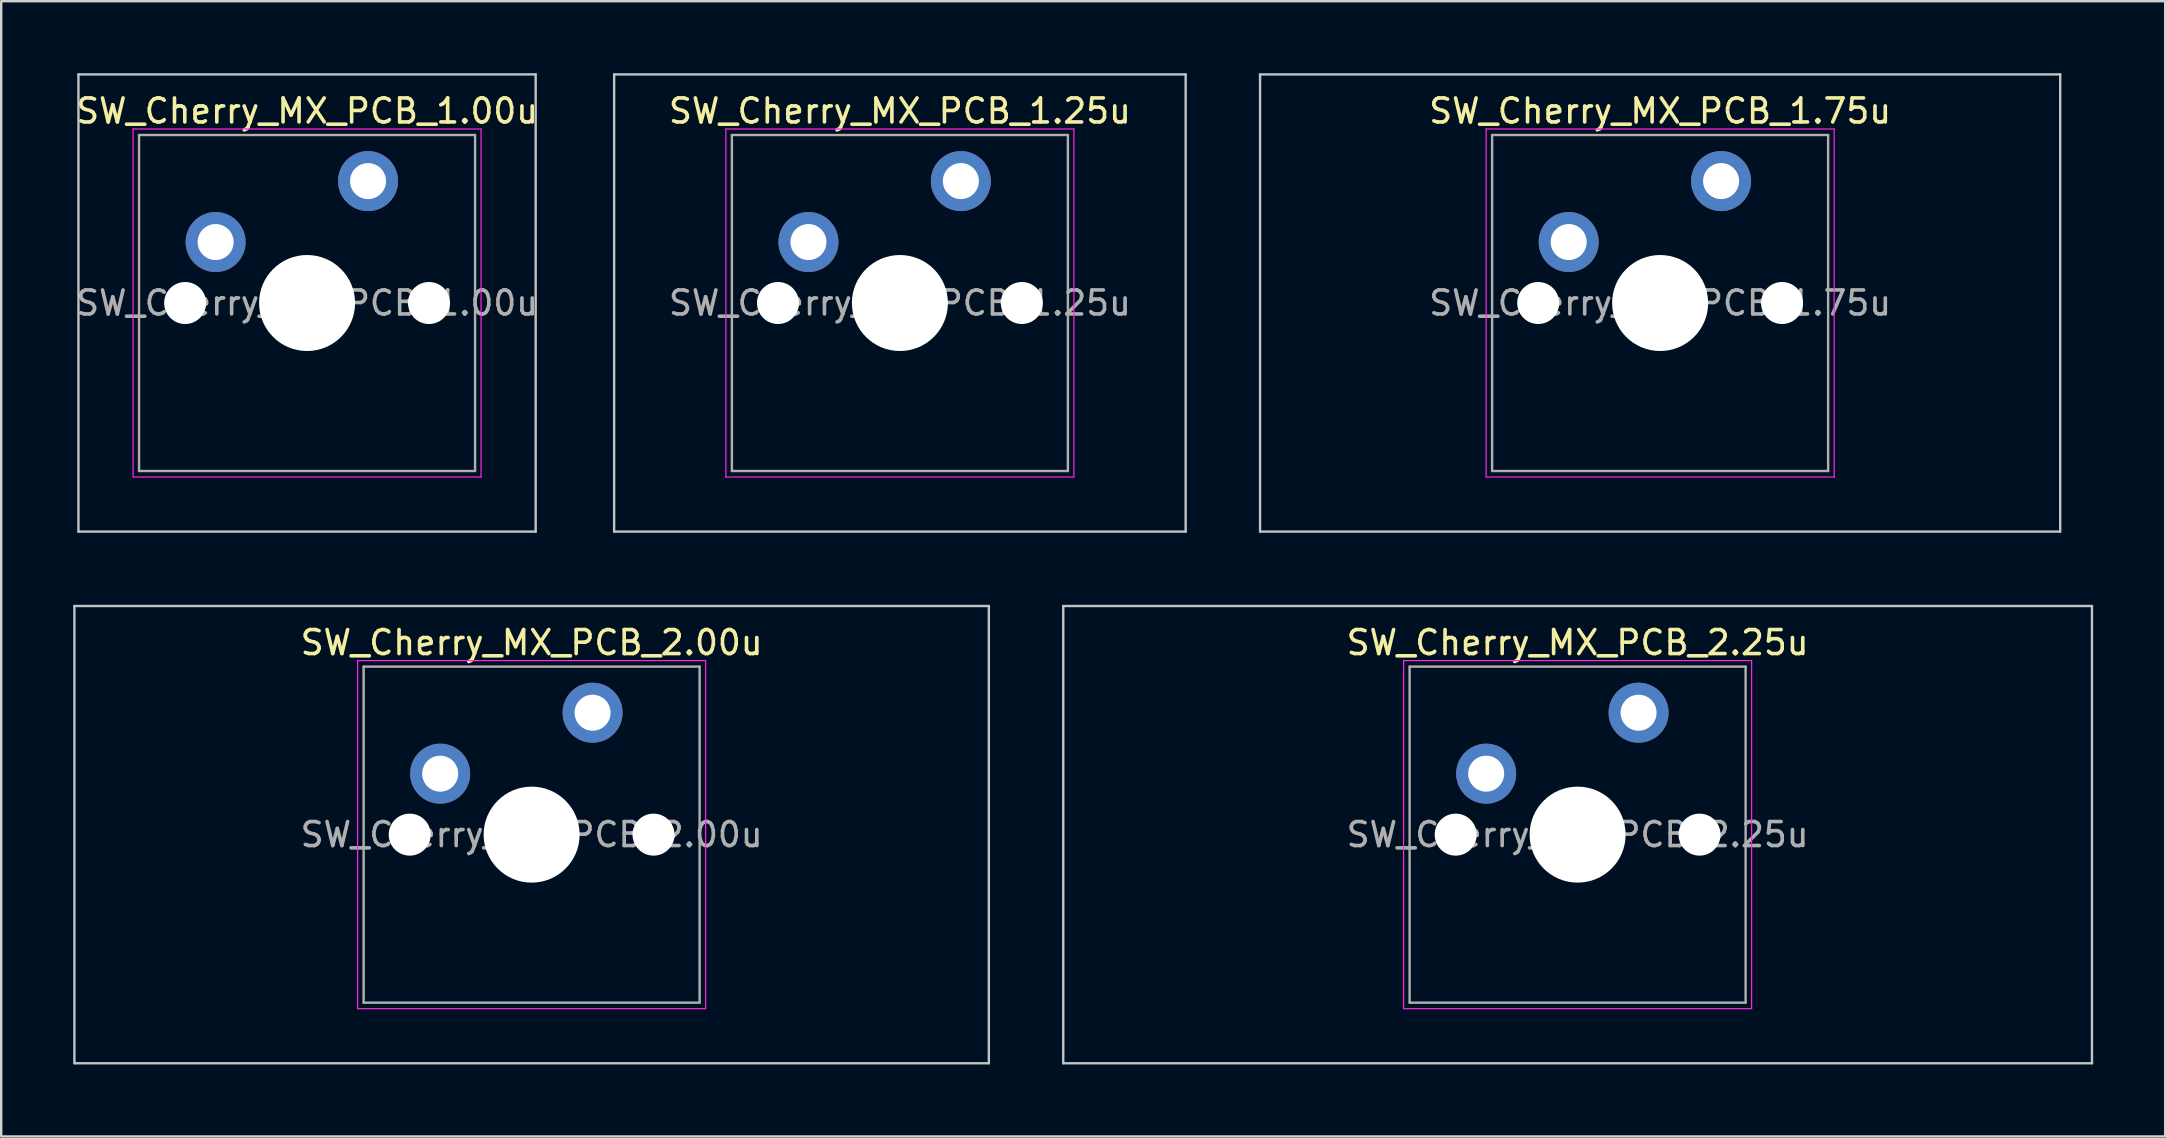
<source format=kicad_pcb>
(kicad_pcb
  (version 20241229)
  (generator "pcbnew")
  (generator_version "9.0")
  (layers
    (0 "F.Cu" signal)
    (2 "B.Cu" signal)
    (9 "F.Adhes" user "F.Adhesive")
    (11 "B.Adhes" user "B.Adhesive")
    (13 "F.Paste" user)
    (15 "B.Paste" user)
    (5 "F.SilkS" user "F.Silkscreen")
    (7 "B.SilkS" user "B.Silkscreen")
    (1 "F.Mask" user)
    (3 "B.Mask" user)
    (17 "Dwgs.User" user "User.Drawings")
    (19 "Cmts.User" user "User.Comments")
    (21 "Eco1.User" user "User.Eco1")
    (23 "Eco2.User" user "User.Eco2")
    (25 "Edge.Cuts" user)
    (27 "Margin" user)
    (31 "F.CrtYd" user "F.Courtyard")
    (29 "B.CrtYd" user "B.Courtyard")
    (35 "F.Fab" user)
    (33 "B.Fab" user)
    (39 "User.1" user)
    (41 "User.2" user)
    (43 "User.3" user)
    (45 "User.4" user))
  (footprint "SW_Cherry_MX_PCB_2.00u"
    (layer "F.Cu")
    (at 19.1 31.725)
    (property "Reference" "SW_Cherry_MX_PCB_2.00u" (at 0 -8 0) (layer "F.SilkS") (effects (font (size 1 1) (thickness 0.15))))
    (attr through_hole)
    (fp_line (start -19.05 -9.525) (end -19.05 9.525) (stroke (width 0.1) (type solid)) (layer "Dwgs.User"))
    (fp_line (start -19.05 9.525) (end 19.05 9.525) (stroke (width 0.1) (type solid)) (layer "Dwgs.User"))
    (fp_line (start 19.05 -9.525) (end -19.05 -9.525) (stroke (width 0.1) (type solid)) (layer "Dwgs.User"))
    (fp_line (start 19.05 9.525) (end 19.05 -9.525) (stroke (width 0.1) (type solid)) (layer "Dwgs.User"))
    (fp_line (start -7 -7) (end -7 7) (stroke (width 0.1) (type solid)) (layer "Eco1.User"))
    (fp_line (start -7 7) (end 7 7) (stroke (width 0.1) (type solid)) (layer "Eco1.User"))
    (fp_line (start 7 -7) (end -7 -7) (stroke (width 0.1) (type solid)) (layer "Eco1.User"))
    (fp_line (start 7 7) (end 7 -7) (stroke (width 0.1) (type solid)) (layer "Eco1.User"))
    (fp_line (start -7.25 -7.25) (end -7.25 7.25) (stroke (width 0.05) (type solid)) (layer "F.CrtYd"))
    (fp_line (start -7.25 7.25) (end 7.25 7.25) (stroke (width 0.05) (type solid)) (layer "F.CrtYd"))
    (fp_line (start 7.25 -7.25) (end -7.25 -7.25) (stroke (width 0.05) (type solid)) (layer "F.CrtYd"))
    (fp_line (start 7.25 7.25) (end 7.25 -7.25) (stroke (width 0.05) (type solid)) (layer "F.CrtYd"))
    (fp_line (start -7 -7) (end -7 7) (stroke (width 0.1) (type solid)) (layer "F.Fab"))
    (fp_line (start -7 7) (end 7 7) (stroke (width 0.1) (type solid)) (layer "F.Fab"))
    (fp_line (start 7 -7) (end -7 -7) (stroke (width 0.1) (type solid)) (layer "F.Fab"))
    (fp_line (start 7 7) (end 7 -7) (stroke (width 0.1) (type solid)) (layer "F.Fab"))
    (fp_text user "${REFERENCE}" (at 0 0 0) (layer "F.Fab") (effects (font (size 1 1) (thickness 0.15))))
    (pad "" np_thru_hole circle (at -5.08 0) (size 1.75 1.75) (drill 1.75) (layers "*.Cu" "*.Mask"))
    (pad "" smd circle (at -3.81 -2.54) (size 1.55 1.55) (layers "F.Mask"))
    (pad "" np_thru_hole circle (at 0 0) (size 4 4) (drill 4) (layers "*.Cu" "*.Mask"))
    (pad "" smd circle (at 2.54 -5.08) (size 1.55 1.55) (layers "F.Mask"))
    (pad "" np_thru_hole circle (at 5.08 0) (size 1.75 1.75) (drill 1.75) (layers "*.Cu" "*.Mask"))
    (pad "1" thru_hole circle (at -3.81 -2.54) (size 2.5 2.5) (drill 1.5) (layers "*.Cu" "B.Mask"))
    (pad "2" thru_hole circle (at 2.54 -5.08) (size 2.5 2.5) (drill 1.5) (layers "*.Cu" "B.Mask")))
  (footprint "SW_Cherry_MX_PCB_1.75u"
    (layer "F.Cu")
    (at 66.119 9.575)
    (property "Reference" "SW_Cherry_MX_PCB_1.75u" (at 0 -8 0) (layer "F.SilkS") (effects (font (size 1 1) (thickness 0.15))))
    (attr through_hole)
    (fp_line (start -16.669 -9.525) (end -16.669 9.525) (stroke (width 0.1) (type solid)) (layer "Dwgs.User"))
    (fp_line (start -16.669 9.525) (end 16.669 9.525) (stroke (width 0.1) (type solid)) (layer "Dwgs.User"))
    (fp_line (start 16.669 -9.525) (end -16.669 -9.525) (stroke (width 0.1) (type solid)) (layer "Dwgs.User"))
    (fp_line (start 16.669 9.525) (end 16.669 -9.525) (stroke (width 0.1) (type solid)) (layer "Dwgs.User"))
    (fp_line (start -7 -7) (end -7 7) (stroke (width 0.1) (type solid)) (layer "Eco1.User"))
    (fp_line (start -7 7) (end 7 7) (stroke (width 0.1) (type solid)) (layer "Eco1.User"))
    (fp_line (start 7 -7) (end -7 -7) (stroke (width 0.1) (type solid)) (layer "Eco1.User"))
    (fp_line (start 7 7) (end 7 -7) (stroke (width 0.1) (type solid)) (layer "Eco1.User"))
    (fp_line (start -7.25 -7.25) (end -7.25 7.25) (stroke (width 0.05) (type solid)) (layer "F.CrtYd"))
    (fp_line (start -7.25 7.25) (end 7.25 7.25) (stroke (width 0.05) (type solid)) (layer "F.CrtYd"))
    (fp_line (start 7.25 -7.25) (end -7.25 -7.25) (stroke (width 0.05) (type solid)) (layer "F.CrtYd"))
    (fp_line (start 7.25 7.25) (end 7.25 -7.25) (stroke (width 0.05) (type solid)) (layer "F.CrtYd"))
    (fp_line (start -7 -7) (end -7 7) (stroke (width 0.1) (type solid)) (layer "F.Fab"))
    (fp_line (start -7 7) (end 7 7) (stroke (width 0.1) (type solid)) (layer "F.Fab"))
    (fp_line (start 7 -7) (end -7 -7) (stroke (width 0.1) (type solid)) (layer "F.Fab"))
    (fp_line (start 7 7) (end 7 -7) (stroke (width 0.1) (type solid)) (layer "F.Fab"))
    (fp_text user "${REFERENCE}" (at 0 0 0) (layer "F.Fab") (effects (font (size 1 1) (thickness 0.15))))
    (pad "" np_thru_hole circle (at -5.08 0) (size 1.75 1.75) (drill 1.75) (layers "*.Cu" "*.Mask"))
    (pad "" smd circle (at -3.81 -2.54) (size 1.55 1.55) (layers "F.Mask"))
    (pad "" np_thru_hole circle (at 0 0) (size 4 4) (drill 4) (layers "*.Cu" "*.Mask"))
    (pad "" smd circle (at 2.54 -5.08) (size 1.55 1.55) (layers "F.Mask"))
    (pad "" np_thru_hole circle (at 5.08 0) (size 1.75 1.75) (drill 1.75) (layers "*.Cu" "*.Mask"))
    (pad "1" thru_hole circle (at -3.81 -2.54) (size 2.5 2.5) (drill 1.5) (layers "*.Cu" "B.Mask"))
    (pad "2" thru_hole circle (at 2.54 -5.08) (size 2.5 2.5) (drill 1.5) (layers "*.Cu" "B.Mask")))
  (footprint "SW_Cherry_MX_PCB_2.25u"
    (layer "F.Cu")
    (at 62.681 31.725)
    (property "Reference" "SW_Cherry_MX_PCB_2.25u" (at 0 -8 0) (layer "F.SilkS") (effects (font (size 1 1) (thickness 0.15))))
    (attr through_hole)
    (fp_line (start -21.431 -9.525) (end -21.431 9.525) (stroke (width 0.1) (type solid)) (layer "Dwgs.User"))
    (fp_line (start -21.431 9.525) (end 21.431 9.525) (stroke (width 0.1) (type solid)) (layer "Dwgs.User"))
    (fp_line (start 21.431 -9.525) (end -21.431 -9.525) (stroke (width 0.1) (type solid)) (layer "Dwgs.User"))
    (fp_line (start 21.431 9.525) (end 21.431 -9.525) (stroke (width 0.1) (type solid)) (layer "Dwgs.User"))
    (fp_line (start -7 -7) (end -7 7) (stroke (width 0.1) (type solid)) (layer "Eco1.User"))
    (fp_line (start -7 7) (end 7 7) (stroke (width 0.1) (type solid)) (layer "Eco1.User"))
    (fp_line (start 7 -7) (end -7 -7) (stroke (width 0.1) (type solid)) (layer "Eco1.User"))
    (fp_line (start 7 7) (end 7 -7) (stroke (width 0.1) (type solid)) (layer "Eco1.User"))
    (fp_line (start -7.25 -7.25) (end -7.25 7.25) (stroke (width 0.05) (type solid)) (layer "F.CrtYd"))
    (fp_line (start -7.25 7.25) (end 7.25 7.25) (stroke (width 0.05) (type solid)) (layer "F.CrtYd"))
    (fp_line (start 7.25 -7.25) (end -7.25 -7.25) (stroke (width 0.05) (type solid)) (layer "F.CrtYd"))
    (fp_line (start 7.25 7.25) (end 7.25 -7.25) (stroke (width 0.05) (type solid)) (layer "F.CrtYd"))
    (fp_line (start -7 -7) (end -7 7) (stroke (width 0.1) (type solid)) (layer "F.Fab"))
    (fp_line (start -7 7) (end 7 7) (stroke (width 0.1) (type solid)) (layer "F.Fab"))
    (fp_line (start 7 -7) (end -7 -7) (stroke (width 0.1) (type solid)) (layer "F.Fab"))
    (fp_line (start 7 7) (end 7 -7) (stroke (width 0.1) (type solid)) (layer "F.Fab"))
    (fp_text user "${REFERENCE}" (at 0 0 0) (layer "F.Fab") (effects (font (size 1 1) (thickness 0.15))))
    (pad "" np_thru_hole circle (at -5.08 0) (size 1.75 1.75) (drill 1.75) (layers "*.Cu" "*.Mask"))
    (pad "" smd circle (at -3.81 -2.54) (size 1.55 1.55) (layers "F.Mask"))
    (pad "" np_thru_hole circle (at 0 0) (size 4 4) (drill 4) (layers "*.Cu" "*.Mask"))
    (pad "" smd circle (at 2.54 -5.08) (size 1.55 1.55) (layers "F.Mask"))
    (pad "" np_thru_hole circle (at 5.08 0) (size 1.75 1.75) (drill 1.75) (layers "*.Cu" "*.Mask"))
    (pad "1" thru_hole circle (at -3.81 -2.54) (size 2.5 2.5) (drill 1.5) (layers "*.Cu" "B.Mask"))
    (pad "2" thru_hole circle (at 2.54 -5.08) (size 2.5 2.5) (drill 1.5) (layers "*.Cu" "B.Mask")))
  (footprint "SW_Cherry_MX_PCB_1.00u"
    (layer "F.Cu")
    (at 9.744 9.575)
    (property "Reference" "SW_Cherry_MX_PCB_1.00u" (at 0 -8 0) (layer "F.SilkS") (effects (font (size 1 1) (thickness 0.15))))
    (attr through_hole)
    (fp_line (start -9.525 -9.525) (end -9.525 9.525) (stroke (width 0.1) (type solid)) (layer "Dwgs.User"))
    (fp_line (start -9.525 9.525) (end 9.525 9.525) (stroke (width 0.1) (type solid)) (layer "Dwgs.User"))
    (fp_line (start 9.525 -9.525) (end -9.525 -9.525) (stroke (width 0.1) (type solid)) (layer "Dwgs.User"))
    (fp_line (start 9.525 9.525) (end 9.525 -9.525) (stroke (width 0.1) (type solid)) (layer "Dwgs.User"))
    (fp_line (start -7 -7) (end -7 7) (stroke (width 0.1) (type solid)) (layer "Eco1.User"))
    (fp_line (start -7 7) (end 7 7) (stroke (width 0.1) (type solid)) (layer "Eco1.User"))
    (fp_line (start 7 -7) (end -7 -7) (stroke (width 0.1) (type solid)) (layer "Eco1.User"))
    (fp_line (start 7 7) (end 7 -7) (stroke (width 0.1) (type solid)) (layer "Eco1.User"))
    (fp_line (start -7.25 -7.25) (end -7.25 7.25) (stroke (width 0.05) (type solid)) (layer "F.CrtYd"))
    (fp_line (start -7.25 7.25) (end 7.25 7.25) (stroke (width 0.05) (type solid)) (layer "F.CrtYd"))
    (fp_line (start 7.25 -7.25) (end -7.25 -7.25) (stroke (width 0.05) (type solid)) (layer "F.CrtYd"))
    (fp_line (start 7.25 7.25) (end 7.25 -7.25) (stroke (width 0.05) (type solid)) (layer "F.CrtYd"))
    (fp_line (start -7 -7) (end -7 7) (stroke (width 0.1) (type solid)) (layer "F.Fab"))
    (fp_line (start -7 7) (end 7 7) (stroke (width 0.1) (type solid)) (layer "F.Fab"))
    (fp_line (start 7 -7) (end -7 -7) (stroke (width 0.1) (type solid)) (layer "F.Fab"))
    (fp_line (start 7 7) (end 7 -7) (stroke (width 0.1) (type solid)) (layer "F.Fab"))
    (fp_text user "${REFERENCE}" (at 0 0 0) (layer "F.Fab") (effects (font (size 1 1) (thickness 0.15))))
    (pad "" np_thru_hole circle (at -5.08 0) (size 1.75 1.75) (drill 1.75) (layers "*.Cu" "*.Mask"))
    (pad "" smd circle (at -3.81 -2.54) (size 1.55 1.55) (layers "F.Mask"))
    (pad "" np_thru_hole circle (at 0 0) (size 4 4) (drill 4) (layers "*.Cu" "*.Mask"))
    (pad "" smd circle (at 2.54 -5.08) (size 1.55 1.55) (layers "F.Mask"))
    (pad "" np_thru_hole circle (at 5.08 0) (size 1.75 1.75) (drill 1.75) (layers "*.Cu" "*.Mask"))
    (pad "1" thru_hole circle (at -3.81 -2.54) (size 2.5 2.5) (drill 1.5) (layers "*.Cu" "B.Mask"))
    (pad "2" thru_hole circle (at 2.54 -5.08) (size 2.5 2.5) (drill 1.5) (layers "*.Cu" "B.Mask")))
  (footprint "SW_Cherry_MX_PCB_1.25u"
    (layer "F.Cu")
    (at 34.444 9.575)
    (property "Reference" "SW_Cherry_MX_PCB_1.25u" (at 0 -8 0) (layer "F.SilkS") (effects (font (size 1 1) (thickness 0.15))))
    (attr through_hole)
    (fp_line (start -11.906 -9.525) (end -11.906 9.525) (stroke (width 0.1) (type solid)) (layer "Dwgs.User"))
    (fp_line (start -11.906 9.525) (end 11.906 9.525) (stroke (width 0.1) (type solid)) (layer "Dwgs.User"))
    (fp_line (start 11.906 -9.525) (end -11.906 -9.525) (stroke (width 0.1) (type solid)) (layer "Dwgs.User"))
    (fp_line (start 11.906 9.525) (end 11.906 -9.525) (stroke (width 0.1) (type solid)) (layer "Dwgs.User"))
    (fp_line (start -7 -7) (end -7 7) (stroke (width 0.1) (type solid)) (layer "Eco1.User"))
    (fp_line (start -7 7) (end 7 7) (stroke (width 0.1) (type solid)) (layer "Eco1.User"))
    (fp_line (start 7 -7) (end -7 -7) (stroke (width 0.1) (type solid)) (layer "Eco1.User"))
    (fp_line (start 7 7) (end 7 -7) (stroke (width 0.1) (type solid)) (layer "Eco1.User"))
    (fp_line (start -7.25 -7.25) (end -7.25 7.25) (stroke (width 0.05) (type solid)) (layer "F.CrtYd"))
    (fp_line (start -7.25 7.25) (end 7.25 7.25) (stroke (width 0.05) (type solid)) (layer "F.CrtYd"))
    (fp_line (start 7.25 -7.25) (end -7.25 -7.25) (stroke (width 0.05) (type solid)) (layer "F.CrtYd"))
    (fp_line (start 7.25 7.25) (end 7.25 -7.25) (stroke (width 0.05) (type solid)) (layer "F.CrtYd"))
    (fp_line (start -7 -7) (end -7 7) (stroke (width 0.1) (type solid)) (layer "F.Fab"))
    (fp_line (start -7 7) (end 7 7) (stroke (width 0.1) (type solid)) (layer "F.Fab"))
    (fp_line (start 7 -7) (end -7 -7) (stroke (width 0.1) (type solid)) (layer "F.Fab"))
    (fp_line (start 7 7) (end 7 -7) (stroke (width 0.1) (type solid)) (layer "F.Fab"))
    (fp_text user "${REFERENCE}" (at 0 0 0) (layer "F.Fab") (effects (font (size 1 1) (thickness 0.15))))
    (pad "" np_thru_hole circle (at -5.08 0) (size 1.75 1.75) (drill 1.75) (layers "*.Cu" "*.Mask"))
    (pad "" smd circle (at -3.81 -2.54) (size 1.55 1.55) (layers "F.Mask"))
    (pad "" np_thru_hole circle (at 0 0) (size 4 4) (drill 4) (layers "*.Cu" "*.Mask"))
    (pad "" smd circle (at 2.54 -5.08) (size 1.55 1.55) (layers "F.Mask"))
    (pad "" np_thru_hole circle (at 5.08 0) (size 1.75 1.75) (drill 1.75) (layers "*.Cu" "*.Mask"))
    (pad "1" thru_hole circle (at -3.81 -2.54) (size 2.5 2.5) (drill 1.5) (layers "*.Cu" "B.Mask"))
    (pad "2" thru_hole circle (at 2.54 -5.08) (size 2.5 2.5) (drill 1.5) (layers "*.Cu" "B.Mask")))
  (gr_rect
    (start -3 -3)
    (end 87.162 44.3)
    (stroke (width 0.1) (type default))
    (fill no)
    (layer "Edge.Cuts")))
</source>
